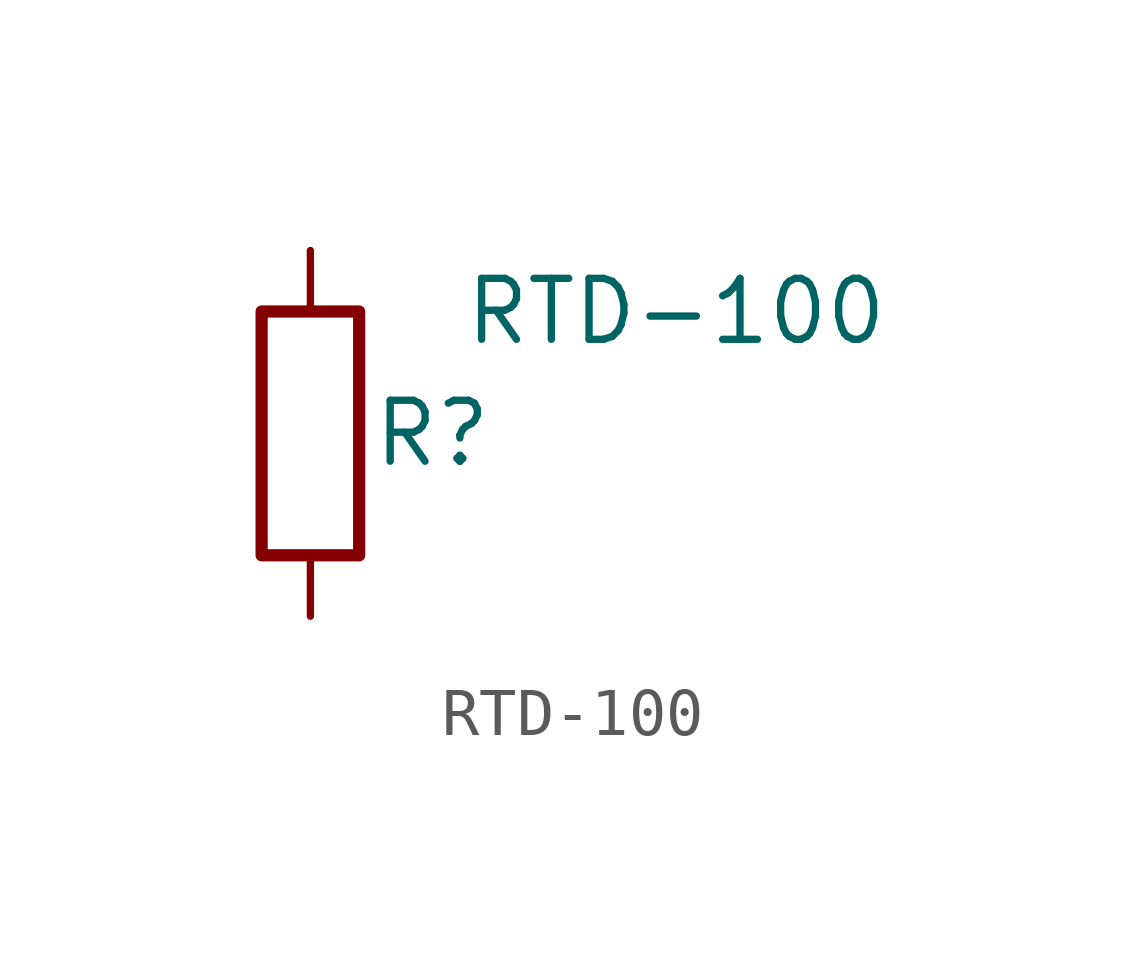
<source format=kicad_sym>
(kicad_symbol_lib
  (version 20211014)
  (generator kicad_symbol_editor)
  (symbol "RTD-100"
    (pin_numbers hide)
    (pin_names
      (offset 0))
    (property "Reference" "R"
      (at 2.54 0 0)
      (effects (font (size 1.27 1.27))))
    (property "Value" "RTD-100"
      (at 7.62 2.54 0)
      (effects (font (size 1.27 1.27))))
    (symbol "RTD-100_0_1"
      (rectangle (start -1.016 -2.54) (end 1.016 2.54) (stroke (width 0.254) (type default) (color 0 0 0 0)) (fill (type none))))
    (symbol "RTD-100_1_1"
      (pin passive line (at 0 3.81 270) (length 1.27) (name "~" (effects (font (size 1.27 1.27)))) (number "1" (effects (font (size 1.27 1.27)))))
      (pin passive line (at 0 -3.81 90) (length 1.27) (name "~" (effects (font (size 1.27 1.27)))) (number "2" (effects (font (size 1.27 1.27))))))))
</source>
